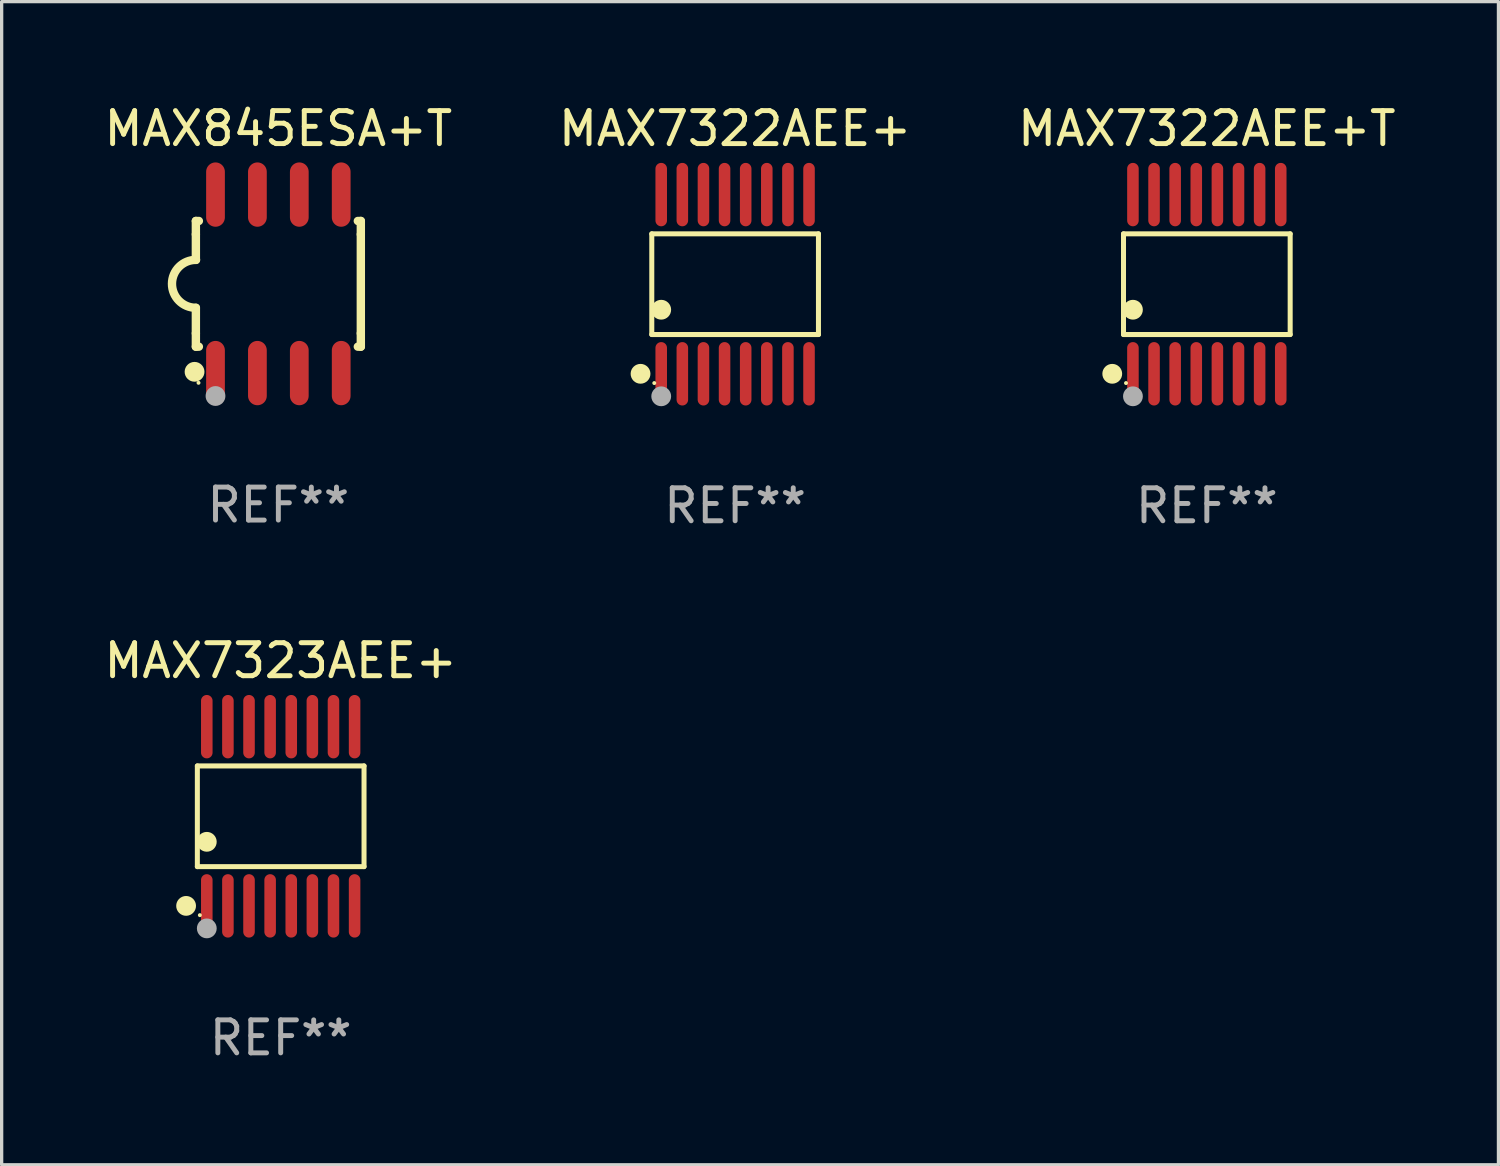
<source format=kicad_pcb>
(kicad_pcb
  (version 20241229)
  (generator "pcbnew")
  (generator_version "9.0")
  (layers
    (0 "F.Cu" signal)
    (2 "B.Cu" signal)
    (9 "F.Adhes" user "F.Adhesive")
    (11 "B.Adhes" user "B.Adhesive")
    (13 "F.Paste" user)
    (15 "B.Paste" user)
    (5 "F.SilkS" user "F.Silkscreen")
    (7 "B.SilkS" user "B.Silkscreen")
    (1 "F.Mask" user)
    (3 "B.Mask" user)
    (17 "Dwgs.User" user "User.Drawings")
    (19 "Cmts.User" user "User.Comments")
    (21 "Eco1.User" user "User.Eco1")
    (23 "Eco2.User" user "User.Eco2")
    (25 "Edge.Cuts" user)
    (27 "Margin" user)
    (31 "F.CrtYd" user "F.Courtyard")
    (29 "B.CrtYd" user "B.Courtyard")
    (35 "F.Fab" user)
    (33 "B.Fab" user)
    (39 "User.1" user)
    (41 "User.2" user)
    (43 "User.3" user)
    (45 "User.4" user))
  (footprint "MAX7322AEE+"
    (layer "F.Cu")
    (at 19.232 5.564)
    (property "Reference" "MAX7322AEE+" (at 0 -4.716 0) (layer "F.SilkS") (effects (font (size 1 1) (thickness 0.15))))
    (attr through_hole)
    (fp_line (start -2.526 -1.526) (end 2.526 -1.526) (stroke (width 0.152) (type solid)) (layer "F.SilkS"))
    (fp_line (start -2.526 1.526) (end -2.526 -1.526) (stroke (width 0.152) (type solid)) (layer "F.SilkS"))
    (fp_line (start 2.526 -1.526) (end 2.526 1.526) (stroke (width 0.152) (type solid)) (layer "F.SilkS"))
    (fp_line (start 2.526 1.526) (end -2.526 1.526) (stroke (width 0.152) (type solid)) (layer "F.SilkS"))
    (fp_circle (center -2.867 2.716) (end -2.717 2.716) (stroke (width 0.3) (type solid)) (fill no) (layer "F.SilkS"))
    (fp_circle (center -2.45 2.997) (end -2.42 2.997) (stroke (width 0.06) (type solid)) (fill no) (layer "F.SilkS"))
    (fp_circle (center -2.24 0.774) (end -2.09 0.774) (stroke (width 0.3) (type solid)) (fill no) (layer "F.SilkS"))
    (fp_circle (center -2.24 3.398) (end -2.09 3.398) (stroke (width 0.3) (type solid)) (fill no) (layer "F.Fab"))
    (fp_text user "REF**" (at 0 6.716 0) (layer "F.Fab") (effects (font (size 1 1) (thickness 0.15))))
    (pad "1" smd oval (at -2.24 2.716) (size 0.35 1.922) (layers "F.Cu" "F.Mask" "F.Paste"))
    (pad "2" smd oval (at -1.6 2.716) (size 0.35 1.922) (layers "F.Cu" "F.Mask" "F.Paste"))
    (pad "3" smd oval (at -0.96 2.716) (size 0.35 1.922) (layers "F.Cu" "F.Mask" "F.Paste"))
    (pad "4" smd oval (at -0.32 2.716) (size 0.35 1.922) (layers "F.Cu" "F.Mask" "F.Paste"))
    (pad "5" smd oval (at 0.32 2.716) (size 0.35 1.922) (layers "F.Cu" "F.Mask" "F.Paste"))
    (pad "6" smd oval (at 0.96 2.716) (size 0.35 1.922) (layers "F.Cu" "F.Mask" "F.Paste"))
    (pad "7" smd oval (at 1.6 2.716) (size 0.35 1.922) (layers "F.Cu" "F.Mask" "F.Paste"))
    (pad "8" smd oval (at 2.24 2.716) (size 0.35 1.922) (layers "F.Cu" "F.Mask" "F.Paste"))
    (pad "9" smd oval (at 2.24 -2.716) (size 0.35 1.922) (layers "F.Cu" "F.Mask" "F.Paste"))
    (pad "10" smd oval (at 1.6 -2.716) (size 0.35 1.922) (layers "F.Cu" "F.Mask" "F.Paste"))
    (pad "11" smd oval (at 0.96 -2.716) (size 0.35 1.922) (layers "F.Cu" "F.Mask" "F.Paste"))
    (pad "12" smd oval (at 0.32 -2.716) (size 0.35 1.922) (layers "F.Cu" "F.Mask" "F.Paste"))
    (pad "13" smd oval (at -0.32 -2.716) (size 0.35 1.922) (layers "F.Cu" "F.Mask" "F.Paste"))
    (pad "14" smd oval (at -0.96 -2.716) (size 0.35 1.922) (layers "F.Cu" "F.Mask" "F.Paste"))
    (pad "15" smd oval (at -1.6 -2.716) (size 0.35 1.922) (layers "F.Cu" "F.Mask" "F.Paste"))
    (pad "16" smd oval (at -2.24 -2.716) (size 0.35 1.922) (layers "F.Cu" "F.Mask" "F.Paste")))
  (footprint "MAX7322AEE+T"
    (layer "F.Cu")
    (at 33.53 5.564)
    (property "Reference" "MAX7322AEE+T" (at 0 -4.716 0) (layer "F.SilkS") (effects (font (size 1 1) (thickness 0.15))))
    (attr through_hole)
    (fp_line (start -2.526 -1.526) (end 2.526 -1.526) (stroke (width 0.152) (type solid)) (layer "F.SilkS"))
    (fp_line (start -2.526 1.526) (end -2.526 -1.526) (stroke (width 0.152) (type solid)) (layer "F.SilkS"))
    (fp_line (start 2.526 -1.526) (end 2.526 1.526) (stroke (width 0.152) (type solid)) (layer "F.SilkS"))
    (fp_line (start 2.526 1.526) (end -2.526 1.526) (stroke (width 0.152) (type solid)) (layer "F.SilkS"))
    (fp_circle (center -2.867 2.716) (end -2.717 2.716) (stroke (width 0.3) (type solid)) (fill no) (layer "F.SilkS"))
    (fp_circle (center -2.45 2.997) (end -2.42 2.997) (stroke (width 0.06) (type solid)) (fill no) (layer "F.SilkS"))
    (fp_circle (center -2.24 0.774) (end -2.09 0.774) (stroke (width 0.3) (type solid)) (fill no) (layer "F.SilkS"))
    (fp_circle (center -2.24 3.398) (end -2.09 3.398) (stroke (width 0.3) (type solid)) (fill no) (layer "F.Fab"))
    (fp_text user "REF**" (at 0 6.716 0) (layer "F.Fab") (effects (font (size 1 1) (thickness 0.15))))
    (pad "1" smd oval (at -2.24 2.716) (size 0.35 1.922) (layers "F.Cu" "F.Mask" "F.Paste"))
    (pad "2" smd oval (at -1.6 2.716) (size 0.35 1.922) (layers "F.Cu" "F.Mask" "F.Paste"))
    (pad "3" smd oval (at -0.96 2.716) (size 0.35 1.922) (layers "F.Cu" "F.Mask" "F.Paste"))
    (pad "4" smd oval (at -0.32 2.716) (size 0.35 1.922) (layers "F.Cu" "F.Mask" "F.Paste"))
    (pad "5" smd oval (at 0.32 2.716) (size 0.35 1.922) (layers "F.Cu" "F.Mask" "F.Paste"))
    (pad "6" smd oval (at 0.96 2.716) (size 0.35 1.922) (layers "F.Cu" "F.Mask" "F.Paste"))
    (pad "7" smd oval (at 1.6 2.716) (size 0.35 1.922) (layers "F.Cu" "F.Mask" "F.Paste"))
    (pad "8" smd oval (at 2.24 2.716) (size 0.35 1.922) (layers "F.Cu" "F.Mask" "F.Paste"))
    (pad "9" smd oval (at 2.24 -2.716) (size 0.35 1.922) (layers "F.Cu" "F.Mask" "F.Paste"))
    (pad "10" smd oval (at 1.6 -2.716) (size 0.35 1.922) (layers "F.Cu" "F.Mask" "F.Paste"))
    (pad "11" smd oval (at 0.96 -2.716) (size 0.35 1.922) (layers "F.Cu" "F.Mask" "F.Paste"))
    (pad "12" smd oval (at 0.32 -2.716) (size 0.35 1.922) (layers "F.Cu" "F.Mask" "F.Paste"))
    (pad "13" smd oval (at -0.32 -2.716) (size 0.35 1.922) (layers "F.Cu" "F.Mask" "F.Paste"))
    (pad "14" smd oval (at -0.96 -2.716) (size 0.35 1.922) (layers "F.Cu" "F.Mask" "F.Paste"))
    (pad "15" smd oval (at -1.6 -2.716) (size 0.35 1.922) (layers "F.Cu" "F.Mask" "F.Paste"))
    (pad "16" smd oval (at -2.24 -2.716) (size 0.35 1.922) (layers "F.Cu" "F.Mask" "F.Paste")))
  (footprint "MAX7323AEE+"
    (layer "F.Cu")
    (at 5.458 21.692)
    (property "Reference" "MAX7323AEE+" (at 0 -4.716 0) (layer "F.SilkS") (effects (font (size 1 1) (thickness 0.15))))
    (attr through_hole)
    (fp_line (start -2.526 -1.526) (end 2.526 -1.526) (stroke (width 0.152) (type solid)) (layer "F.SilkS"))
    (fp_line (start -2.526 1.526) (end -2.526 -1.526) (stroke (width 0.152) (type solid)) (layer "F.SilkS"))
    (fp_line (start 2.526 -1.526) (end 2.526 1.526) (stroke (width 0.152) (type solid)) (layer "F.SilkS"))
    (fp_line (start 2.526 1.526) (end -2.526 1.526) (stroke (width 0.152) (type solid)) (layer "F.SilkS"))
    (fp_circle (center -2.867 2.716) (end -2.717 2.716) (stroke (width 0.3) (type solid)) (fill no) (layer "F.SilkS"))
    (fp_circle (center -2.45 2.997) (end -2.42 2.997) (stroke (width 0.06) (type solid)) (fill no) (layer "F.SilkS"))
    (fp_circle (center -2.24 0.774) (end -2.09 0.774) (stroke (width 0.3) (type solid)) (fill no) (layer "F.SilkS"))
    (fp_circle (center -2.24 3.398) (end -2.09 3.398) (stroke (width 0.3) (type solid)) (fill no) (layer "F.Fab"))
    (fp_text user "REF**" (at 0 6.716 0) (layer "F.Fab") (effects (font (size 1 1) (thickness 0.15))))
    (pad "1" smd oval (at -2.24 2.716) (size 0.35 1.922) (layers "F.Cu" "F.Mask" "F.Paste"))
    (pad "2" smd oval (at -1.6 2.716) (size 0.35 1.922) (layers "F.Cu" "F.Mask" "F.Paste"))
    (pad "3" smd oval (at -0.96 2.716) (size 0.35 1.922) (layers "F.Cu" "F.Mask" "F.Paste"))
    (pad "4" smd oval (at -0.32 2.716) (size 0.35 1.922) (layers "F.Cu" "F.Mask" "F.Paste"))
    (pad "5" smd oval (at 0.32 2.716) (size 0.35 1.922) (layers "F.Cu" "F.Mask" "F.Paste"))
    (pad "6" smd oval (at 0.96 2.716) (size 0.35 1.922) (layers "F.Cu" "F.Mask" "F.Paste"))
    (pad "7" smd oval (at 1.6 2.716) (size 0.35 1.922) (layers "F.Cu" "F.Mask" "F.Paste"))
    (pad "8" smd oval (at 2.24 2.716) (size 0.35 1.922) (layers "F.Cu" "F.Mask" "F.Paste"))
    (pad "9" smd oval (at 2.24 -2.716) (size 0.35 1.922) (layers "F.Cu" "F.Mask" "F.Paste"))
    (pad "10" smd oval (at 1.6 -2.716) (size 0.35 1.922) (layers "F.Cu" "F.Mask" "F.Paste"))
    (pad "11" smd oval (at 0.96 -2.716) (size 0.35 1.922) (layers "F.Cu" "F.Mask" "F.Paste"))
    (pad "12" smd oval (at 0.32 -2.716) (size 0.35 1.922) (layers "F.Cu" "F.Mask" "F.Paste"))
    (pad "13" smd oval (at -0.32 -2.716) (size 0.35 1.922) (layers "F.Cu" "F.Mask" "F.Paste"))
    (pad "14" smd oval (at -0.96 -2.716) (size 0.35 1.922) (layers "F.Cu" "F.Mask" "F.Paste"))
    (pad "15" smd oval (at -1.6 -2.716) (size 0.35 1.922) (layers "F.Cu" "F.Mask" "F.Paste"))
    (pad "16" smd oval (at -2.24 -2.716) (size 0.35 1.922) (layers "F.Cu" "F.Mask" "F.Paste")))
  (footprint "MAX845ESA+T"
    (layer "F.Cu")
    (at 5.387 5.553)
    (property "Reference" "MAX845ESA+T" (at 0 -4.705 0) (layer "F.SilkS") (effects (font (size 1 1) (thickness 0.15))))
    (attr through_hole)
    (fp_line (start -2.5 -1.905) (end -2.409 -1.905) (stroke (width 0.254) (type solid)) (layer "F.SilkS"))
    (fp_line (start -2.5 -1.5) (end -2.5 -1.905) (stroke (width 0.254) (type solid)) (layer "F.SilkS"))
    (fp_line (start -2.5 -1.5) (end -2.5 -0.726) (stroke (width 0.254) (type solid)) (layer "F.SilkS"))
    (fp_line (start -2.5 1.5) (end -2.5 0.727) (stroke (width 0.254) (type solid)) (layer "F.SilkS"))
    (fp_line (start -2.5 1.5) (end -2.5 1.905) (stroke (width 0.254) (type solid)) (layer "F.SilkS"))
    (fp_line (start -2.5 1.905) (end -2.409 1.905) (stroke (width 0.254) (type solid)) (layer "F.SilkS"))
    (fp_line (start 2.5 -1.905) (end 2.409 -1.905) (stroke (width 0.254) (type solid)) (layer "F.SilkS"))
    (fp_line (start 2.5 -1.5) (end 2.5 -1.905) (stroke (width 0.254) (type solid)) (layer "F.SilkS"))
    (fp_line (start 2.5 -1.5) (end 2.5 1.5) (stroke (width 0.254) (type solid)) (layer "F.SilkS"))
    (fp_line (start 2.5 1.5) (end 2.5 1.905) (stroke (width 0.254) (type solid)) (layer "F.SilkS"))
    (fp_line (start 2.5 1.905) (end 2.409 1.905) (stroke (width 0.254) (type solid)) (layer "F.SilkS"))
    (fp_arc (start -2.5 0.726568) (mid -3.220316 -0.0023) (end -2.495097 -0.726289) (stroke (width 0.254001) (type solid)) (layer "F.SilkS"))
    (fp_circle (center -2.54 2.667) (end -2.39 2.667) (stroke (width 0.3) (type solid)) (fill no) (layer "F.SilkS"))
    (fp_circle (center -2.42 3) (end -2.39 3) (stroke (width 0.06) (type solid)) (fill no) (layer "F.SilkS"))
    (fp_circle (center -1.905 3.4) (end -1.755 3.4) (stroke (width 0.3) (type solid)) (fill no) (layer "F.Fab"))
    (fp_text user "REF**" (at 0 6.705 0) (layer "F.Fab") (effects (font (size 1 1) (thickness 0.15))))
    (pad "1" smd oval (at -1.905 2.705) (size 0.568 1.95) (layers "F.Cu" "F.Mask" "F.Paste"))
    (pad "2" smd oval (at -0.635 2.705) (size 0.568 1.95) (layers "F.Cu" "F.Mask" "F.Paste"))
    (pad "3" smd oval (at 0.635 2.705) (size 0.568 1.95) (layers "F.Cu" "F.Mask" "F.Paste"))
    (pad "4" smd oval (at 1.905 2.705) (size 0.568 1.95) (layers "F.Cu" "F.Mask" "F.Paste"))
    (pad "5" smd oval (at 1.905 -2.705) (size 0.568 1.95) (layers "F.Cu" "F.Mask" "F.Paste"))
    (pad "6" smd oval (at 0.635 -2.705) (size 0.568 1.95) (layers "F.Cu" "F.Mask" "F.Paste"))
    (pad "7" smd oval (at -0.635 -2.705) (size 0.568 1.95) (layers "F.Cu" "F.Mask" "F.Paste"))
    (pad "8" smd oval (at -1.905 -2.705) (size 0.568 1.95) (layers "F.Cu" "F.Mask" "F.Paste")))
  (gr_rect
    (start -3 -3)
    (end 42.369 32.256)
    (stroke (width 0.1) (type default))
    (fill no)
    (layer "Edge.Cuts")))
</source>
